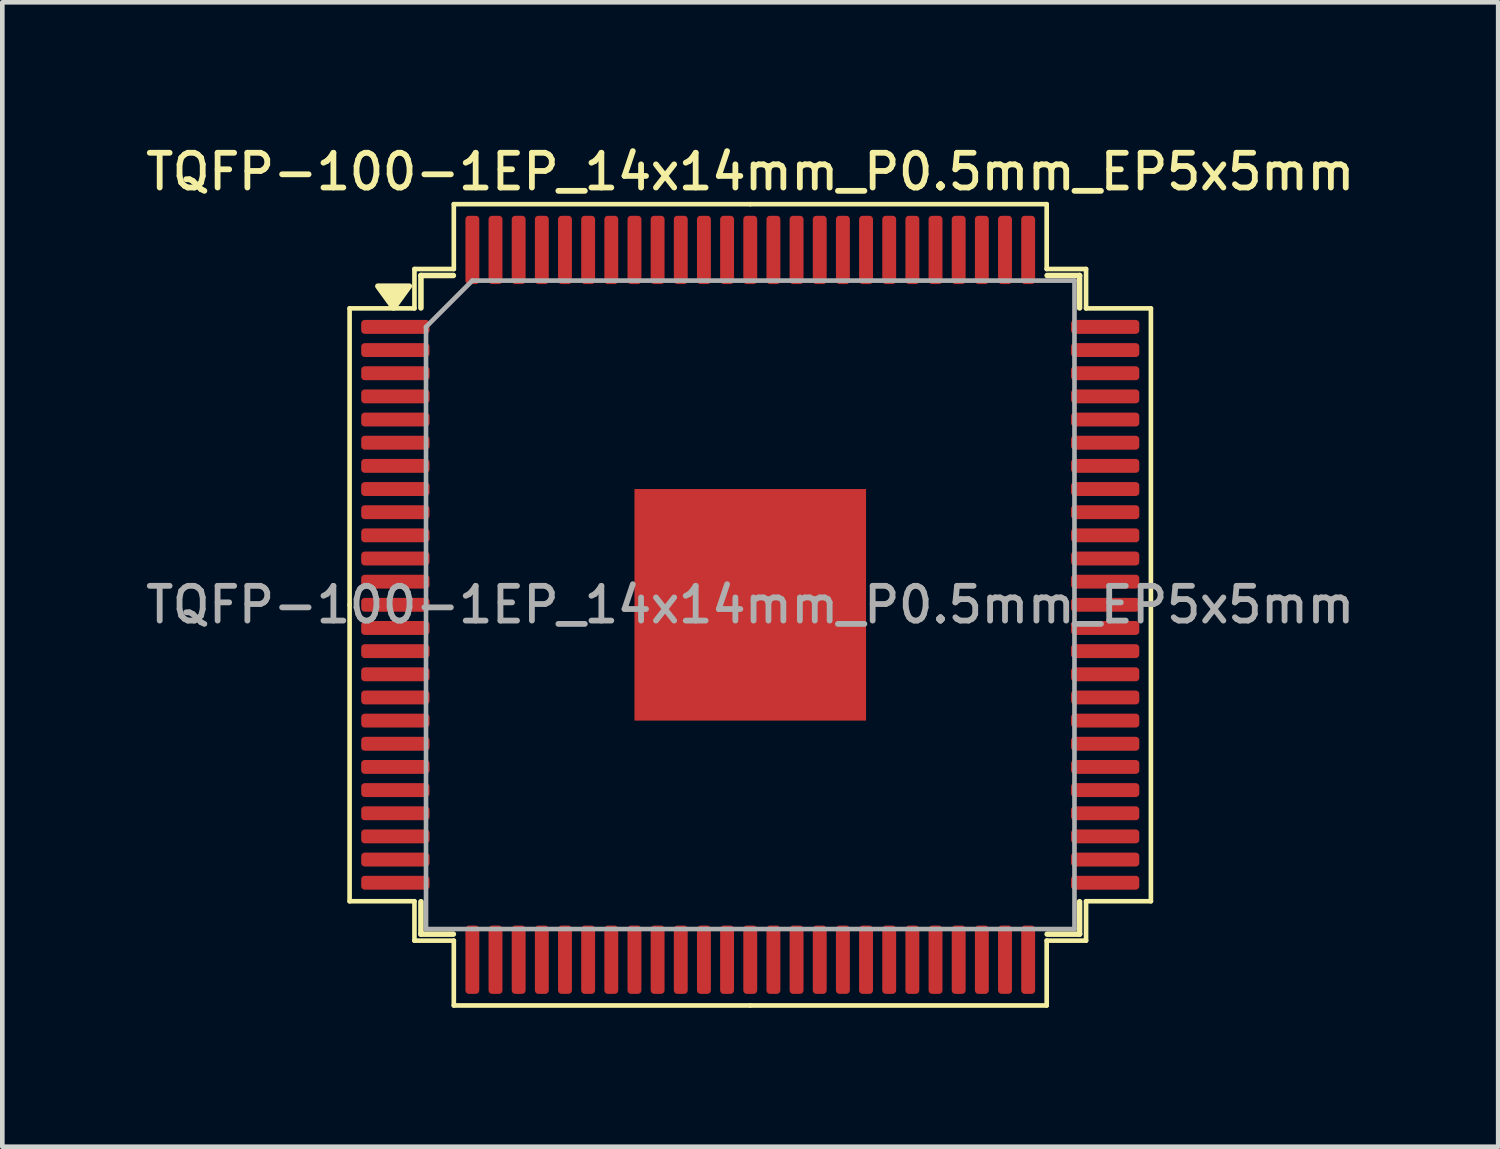
<source format=kicad_pcb>
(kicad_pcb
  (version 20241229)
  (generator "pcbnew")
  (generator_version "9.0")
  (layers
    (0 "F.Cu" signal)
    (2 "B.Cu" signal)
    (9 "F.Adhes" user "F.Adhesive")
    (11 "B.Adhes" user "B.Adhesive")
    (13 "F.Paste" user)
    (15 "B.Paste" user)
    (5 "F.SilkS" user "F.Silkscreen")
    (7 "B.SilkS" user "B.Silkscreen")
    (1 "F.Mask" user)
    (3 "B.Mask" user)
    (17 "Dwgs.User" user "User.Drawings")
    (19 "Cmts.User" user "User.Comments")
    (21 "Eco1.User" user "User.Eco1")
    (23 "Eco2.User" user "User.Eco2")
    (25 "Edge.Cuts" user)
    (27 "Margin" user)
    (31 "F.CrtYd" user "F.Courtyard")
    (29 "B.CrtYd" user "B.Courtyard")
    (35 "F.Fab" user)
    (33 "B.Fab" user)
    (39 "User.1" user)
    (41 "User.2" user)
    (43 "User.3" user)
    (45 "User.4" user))
  (footprint "TQFP-100-1EP_14x14mm_P0.5mm_EP5x5mm"
    (layer "F.Cu")
    (at 13.148 10.008)
    (property "Reference" "TQFP-100-1EP_14x14mm_P0.5mm_EP5x5mm" (at 0 -9.35 0) (layer "F.SilkS") (effects (font (size 0.75 0.75) (thickness 0.125))))
    (attr smd)
    (fp_line (start -8.65 -6.4) (end -8.65 0) (stroke (width 0.1) (type solid)) (layer "F.SilkS"))
    (fp_line (start -8.65 6.4) (end -8.65 0) (stroke (width 0.1) (type solid)) (layer "F.SilkS"))
    (fp_line (start -7.25 -7.25) (end -7.25 -6.4) (stroke (width 0.1) (type solid)) (layer "F.SilkS"))
    (fp_line (start -7.25 -6.4) (end -8.65 -6.4) (stroke (width 0.1) (type solid)) (layer "F.SilkS"))
    (fp_line (start -7.25 6.4) (end -8.65 6.4) (stroke (width 0.1) (type solid)) (layer "F.SilkS"))
    (fp_line (start -7.25 7.25) (end -7.25 6.4) (stroke (width 0.1) (type solid)) (layer "F.SilkS"))
    (fp_line (start -7.11 -7.11) (end -7.11 -6.41) (stroke (width 0.12) (type solid)) (layer "F.SilkS"))
    (fp_line (start -7.11 7.11) (end -7.11 6.41) (stroke (width 0.12) (type solid)) (layer "F.SilkS"))
    (fp_line (start -6.41 -7.11) (end -7.11 -7.11) (stroke (width 0.12) (type solid)) (layer "F.SilkS"))
    (fp_line (start -6.41 7.11) (end -7.11 7.11) (stroke (width 0.12) (type solid)) (layer "F.SilkS"))
    (fp_line (start -6.4 -8.65) (end -6.4 -7.25) (stroke (width 0.1) (type solid)) (layer "F.SilkS"))
    (fp_line (start -6.4 -7.25) (end -7.25 -7.25) (stroke (width 0.1) (type solid)) (layer "F.SilkS"))
    (fp_line (start -6.4 7.25) (end -7.25 7.25) (stroke (width 0.1) (type solid)) (layer "F.SilkS"))
    (fp_line (start -6.4 8.65) (end -6.4 7.25) (stroke (width 0.1) (type solid)) (layer "F.SilkS"))
    (fp_line (start 0 -8.65) (end -6.4 -8.65) (stroke (width 0.1) (type solid)) (layer "F.SilkS"))
    (fp_line (start 0 -8.65) (end 6.4 -8.65) (stroke (width 0.1) (type solid)) (layer "F.SilkS"))
    (fp_line (start 0 8.65) (end -6.4 8.65) (stroke (width 0.1) (type solid)) (layer "F.SilkS"))
    (fp_line (start 0 8.65) (end 6.4 8.65) (stroke (width 0.1) (type solid)) (layer "F.SilkS"))
    (fp_line (start 6.4 -8.65) (end 6.4 -7.25) (stroke (width 0.1) (type solid)) (layer "F.SilkS"))
    (fp_line (start 6.4 -7.25) (end 7.25 -7.25) (stroke (width 0.1) (type solid)) (layer "F.SilkS"))
    (fp_line (start 6.4 7.25) (end 7.25 7.25) (stroke (width 0.1) (type solid)) (layer "F.SilkS"))
    (fp_line (start 6.4 8.65) (end 6.4 7.25) (stroke (width 0.1) (type solid)) (layer "F.SilkS"))
    (fp_line (start 6.41 -7.11) (end 7.11 -7.11) (stroke (width 0.12) (type solid)) (layer "F.SilkS"))
    (fp_line (start 6.41 7.11) (end 7.11 7.11) (stroke (width 0.12) (type solid)) (layer "F.SilkS"))
    (fp_line (start 7.11 -7.11) (end 7.11 -6.41) (stroke (width 0.12) (type solid)) (layer "F.SilkS"))
    (fp_line (start 7.11 7.11) (end 7.11 6.41) (stroke (width 0.12) (type solid)) (layer "F.SilkS"))
    (fp_line (start 7.25 -7.25) (end 7.25 -6.4) (stroke (width 0.1) (type solid)) (layer "F.SilkS"))
    (fp_line (start 7.25 -6.4) (end 8.65 -6.4) (stroke (width 0.1) (type solid)) (layer "F.SilkS"))
    (fp_line (start 7.25 6.4) (end 8.65 6.4) (stroke (width 0.1) (type solid)) (layer "F.SilkS"))
    (fp_line (start 7.25 7.25) (end 7.25 6.4) (stroke (width 0.1) (type solid)) (layer "F.SilkS"))
    (fp_line (start 8.65 -6.4) (end 8.65 0) (stroke (width 0.1) (type solid)) (layer "F.SilkS"))
    (fp_line (start 8.65 6.4) (end 8.65 0) (stroke (width 0.1) (type solid)) (layer "F.SilkS"))
    (fp_poly (pts (xy -7.7 -6.41) (xy -8.04 -6.88) (xy -7.36 -6.88) (xy -7.7 -6.41)) (stroke (width 0.12) (type solid)) (fill yes) (layer "F.SilkS"))
    (fp_line (start -7 -6) (end -6 -7) (stroke (width 0.1) (type solid)) (layer "F.Fab"))
    (fp_line (start -7 7) (end -7 -6) (stroke (width 0.1) (type solid)) (layer "F.Fab"))
    (fp_line (start -6 -7) (end 7 -7) (stroke (width 0.1) (type solid)) (layer "F.Fab"))
    (fp_line (start 7 -7) (end 7 7) (stroke (width 0.1) (type solid)) (layer "F.Fab"))
    (fp_line (start 7 7) (end -7 7) (stroke (width 0.1) (type solid)) (layer "F.Fab"))
    (fp_text user "${REFERENCE}" (at 0 0 0) (layer "F.Fab") (effects (font (size 0.75 0.75) (thickness 0.125))))
    (pad "" smd roundrect (at -1.875 -1.875) (size 1.01 1.01) (layers "F.Paste") (roundrect_rratio 0.248))
    (pad "" smd roundrect (at -1.875 -0.625) (size 1.01 1.01) (layers "F.Paste") (roundrect_rratio 0.248))
    (pad "" smd roundrect (at -1.875 0.625) (size 1.01 1.01) (layers "F.Paste") (roundrect_rratio 0.248))
    (pad "" smd roundrect (at -1.875 1.875) (size 1.01 1.01) (layers "F.Paste") (roundrect_rratio 0.248))
    (pad "" smd roundrect (at -0.625 -1.875) (size 1.01 1.01) (layers "F.Paste") (roundrect_rratio 0.248))
    (pad "" smd roundrect (at -0.625 -0.625) (size 1.01 1.01) (layers "F.Paste") (roundrect_rratio 0.248))
    (pad "" smd roundrect (at -0.625 0.625) (size 1.01 1.01) (layers "F.Paste") (roundrect_rratio 0.248))
    (pad "" smd roundrect (at -0.625 1.875) (size 1.01 1.01) (layers "F.Paste") (roundrect_rratio 0.248))
    (pad "" smd roundrect (at 0.625 -1.875) (size 1.01 1.01) (layers "F.Paste") (roundrect_rratio 0.248))
    (pad "" smd roundrect (at 0.625 -0.625) (size 1.01 1.01) (layers "F.Paste") (roundrect_rratio 0.248))
    (pad "" smd roundrect (at 0.625 0.625) (size 1.01 1.01) (layers "F.Paste") (roundrect_rratio 0.248))
    (pad "" smd roundrect (at 0.625 1.875) (size 1.01 1.01) (layers "F.Paste") (roundrect_rratio 0.248))
    (pad "" smd roundrect (at 1.875 -1.875) (size 1.01 1.01) (layers "F.Paste") (roundrect_rratio 0.248))
    (pad "" smd roundrect (at 1.875 -0.625) (size 1.01 1.01) (layers "F.Paste") (roundrect_rratio 0.248))
    (pad "" smd roundrect (at 1.875 0.625) (size 1.01 1.01) (layers "F.Paste") (roundrect_rratio 0.248))
    (pad "" smd roundrect (at 1.875 1.875) (size 1.01 1.01) (layers "F.Paste") (roundrect_rratio 0.248))
    (pad "1" smd roundrect (at -7.662 -6) (size 1.475 0.3) (layers "F.Cu" "F.Mask" "F.Paste") (roundrect_rratio 0.25))
    (pad "2" smd roundrect (at -7.662 -5.5) (size 1.475 0.3) (layers "F.Cu" "F.Mask" "F.Paste") (roundrect_rratio 0.25))
    (pad "3" smd roundrect (at -7.662 -5) (size 1.475 0.3) (layers "F.Cu" "F.Mask" "F.Paste") (roundrect_rratio 0.25))
    (pad "4" smd roundrect (at -7.662 -4.5) (size 1.475 0.3) (layers "F.Cu" "F.Mask" "F.Paste") (roundrect_rratio 0.25))
    (pad "5" smd roundrect (at -7.662 -4) (size 1.475 0.3) (layers "F.Cu" "F.Mask" "F.Paste") (roundrect_rratio 0.25))
    (pad "6" smd roundrect (at -7.662 -3.5) (size 1.475 0.3) (layers "F.Cu" "F.Mask" "F.Paste") (roundrect_rratio 0.25))
    (pad "7" smd roundrect (at -7.662 -3) (size 1.475 0.3) (layers "F.Cu" "F.Mask" "F.Paste") (roundrect_rratio 0.25))
    (pad "8" smd roundrect (at -7.662 -2.5) (size 1.475 0.3) (layers "F.Cu" "F.Mask" "F.Paste") (roundrect_rratio 0.25))
    (pad "9" smd roundrect (at -7.662 -2) (size 1.475 0.3) (layers "F.Cu" "F.Mask" "F.Paste") (roundrect_rratio 0.25))
    (pad "10" smd roundrect (at -7.662 -1.5) (size 1.475 0.3) (layers "F.Cu" "F.Mask" "F.Paste") (roundrect_rratio 0.25))
    (pad "11" smd roundrect (at -7.662 -1) (size 1.475 0.3) (layers "F.Cu" "F.Mask" "F.Paste") (roundrect_rratio 0.25))
    (pad "12" smd roundrect (at -7.662 -0.5) (size 1.475 0.3) (layers "F.Cu" "F.Mask" "F.Paste") (roundrect_rratio 0.25))
    (pad "13" smd roundrect (at -7.662 0) (size 1.475 0.3) (layers "F.Cu" "F.Mask" "F.Paste") (roundrect_rratio 0.25))
    (pad "14" smd roundrect (at -7.662 0.5) (size 1.475 0.3) (layers "F.Cu" "F.Mask" "F.Paste") (roundrect_rratio 0.25))
    (pad "15" smd roundrect (at -7.662 1) (size 1.475 0.3) (layers "F.Cu" "F.Mask" "F.Paste") (roundrect_rratio 0.25))
    (pad "16" smd roundrect (at -7.662 1.5) (size 1.475 0.3) (layers "F.Cu" "F.Mask" "F.Paste") (roundrect_rratio 0.25))
    (pad "17" smd roundrect (at -7.662 2) (size 1.475 0.3) (layers "F.Cu" "F.Mask" "F.Paste") (roundrect_rratio 0.25))
    (pad "18" smd roundrect (at -7.662 2.5) (size 1.475 0.3) (layers "F.Cu" "F.Mask" "F.Paste") (roundrect_rratio 0.25))
    (pad "19" smd roundrect (at -7.662 3) (size 1.475 0.3) (layers "F.Cu" "F.Mask" "F.Paste") (roundrect_rratio 0.25))
    (pad "20" smd roundrect (at -7.662 3.5) (size 1.475 0.3) (layers "F.Cu" "F.Mask" "F.Paste") (roundrect_rratio 0.25))
    (pad "21" smd roundrect (at -7.662 4) (size 1.475 0.3) (layers "F.Cu" "F.Mask" "F.Paste") (roundrect_rratio 0.25))
    (pad "22" smd roundrect (at -7.662 4.5) (size 1.475 0.3) (layers "F.Cu" "F.Mask" "F.Paste") (roundrect_rratio 0.25))
    (pad "23" smd roundrect (at -7.662 5) (size 1.475 0.3) (layers "F.Cu" "F.Mask" "F.Paste") (roundrect_rratio 0.25))
    (pad "24" smd roundrect (at -7.662 5.5) (size 1.475 0.3) (layers "F.Cu" "F.Mask" "F.Paste") (roundrect_rratio 0.25))
    (pad "25" smd roundrect (at -7.662 6) (size 1.475 0.3) (layers "F.Cu" "F.Mask" "F.Paste") (roundrect_rratio 0.25))
    (pad "26" smd roundrect (at -6 7.662) (size 0.3 1.475) (layers "F.Cu" "F.Mask" "F.Paste") (roundrect_rratio 0.25))
    (pad "27" smd roundrect (at -5.5 7.662) (size 0.3 1.475) (layers "F.Cu" "F.Mask" "F.Paste") (roundrect_rratio 0.25))
    (pad "28" smd roundrect (at -5 7.662) (size 0.3 1.475) (layers "F.Cu" "F.Mask" "F.Paste") (roundrect_rratio 0.25))
    (pad "29" smd roundrect (at -4.5 7.662) (size 0.3 1.475) (layers "F.Cu" "F.Mask" "F.Paste") (roundrect_rratio 0.25))
    (pad "30" smd roundrect (at -4 7.662) (size 0.3 1.475) (layers "F.Cu" "F.Mask" "F.Paste") (roundrect_rratio 0.25))
    (pad "31" smd roundrect (at -3.5 7.662) (size 0.3 1.475) (layers "F.Cu" "F.Mask" "F.Paste") (roundrect_rratio 0.25))
    (pad "32" smd roundrect (at -3 7.662) (size 0.3 1.475) (layers "F.Cu" "F.Mask" "F.Paste") (roundrect_rratio 0.25))
    (pad "33" smd roundrect (at -2.5 7.662) (size 0.3 1.475) (layers "F.Cu" "F.Mask" "F.Paste") (roundrect_rratio 0.25))
    (pad "34" smd roundrect (at -2 7.662) (size 0.3 1.475) (layers "F.Cu" "F.Mask" "F.Paste") (roundrect_rratio 0.25))
    (pad "35" smd roundrect (at -1.5 7.662) (size 0.3 1.475) (layers "F.Cu" "F.Mask" "F.Paste") (roundrect_rratio 0.25))
    (pad "36" smd roundrect (at -1 7.662) (size 0.3 1.475) (layers "F.Cu" "F.Mask" "F.Paste") (roundrect_rratio 0.25))
    (pad "37" smd roundrect (at -0.5 7.662) (size 0.3 1.475) (layers "F.Cu" "F.Mask" "F.Paste") (roundrect_rratio 0.25))
    (pad "38" smd roundrect (at 0 7.662) (size 0.3 1.475) (layers "F.Cu" "F.Mask" "F.Paste") (roundrect_rratio 0.25))
    (pad "39" smd roundrect (at 0.5 7.662) (size 0.3 1.475) (layers "F.Cu" "F.Mask" "F.Paste") (roundrect_rratio 0.25))
    (pad "40" smd roundrect (at 1 7.662) (size 0.3 1.475) (layers "F.Cu" "F.Mask" "F.Paste") (roundrect_rratio 0.25))
    (pad "41" smd roundrect (at 1.5 7.662) (size 0.3 1.475) (layers "F.Cu" "F.Mask" "F.Paste") (roundrect_rratio 0.25))
    (pad "42" smd roundrect (at 2 7.662) (size 0.3 1.475) (layers "F.Cu" "F.Mask" "F.Paste") (roundrect_rratio 0.25))
    (pad "43" smd roundrect (at 2.5 7.662) (size 0.3 1.475) (layers "F.Cu" "F.Mask" "F.Paste") (roundrect_rratio 0.25))
    (pad "44" smd roundrect (at 3 7.662) (size 0.3 1.475) (layers "F.Cu" "F.Mask" "F.Paste") (roundrect_rratio 0.25))
    (pad "45" smd roundrect (at 3.5 7.662) (size 0.3 1.475) (layers "F.Cu" "F.Mask" "F.Paste") (roundrect_rratio 0.25))
    (pad "46" smd roundrect (at 4 7.662) (size 0.3 1.475) (layers "F.Cu" "F.Mask" "F.Paste") (roundrect_rratio 0.25))
    (pad "47" smd roundrect (at 4.5 7.662) (size 0.3 1.475) (layers "F.Cu" "F.Mask" "F.Paste") (roundrect_rratio 0.25))
    (pad "48" smd roundrect (at 5 7.662) (size 0.3 1.475) (layers "F.Cu" "F.Mask" "F.Paste") (roundrect_rratio 0.25))
    (pad "49" smd roundrect (at 5.5 7.662) (size 0.3 1.475) (layers "F.Cu" "F.Mask" "F.Paste") (roundrect_rratio 0.25))
    (pad "50" smd roundrect (at 6 7.662) (size 0.3 1.475) (layers "F.Cu" "F.Mask" "F.Paste") (roundrect_rratio 0.25))
    (pad "51" smd roundrect (at 7.662 6) (size 1.475 0.3) (layers "F.Cu" "F.Mask" "F.Paste") (roundrect_rratio 0.25))
    (pad "52" smd roundrect (at 7.662 5.5) (size 1.475 0.3) (layers "F.Cu" "F.Mask" "F.Paste") (roundrect_rratio 0.25))
    (pad "53" smd roundrect (at 7.662 5) (size 1.475 0.3) (layers "F.Cu" "F.Mask" "F.Paste") (roundrect_rratio 0.25))
    (pad "54" smd roundrect (at 7.662 4.5) (size 1.475 0.3) (layers "F.Cu" "F.Mask" "F.Paste") (roundrect_rratio 0.25))
    (pad "55" smd roundrect (at 7.662 4) (size 1.475 0.3) (layers "F.Cu" "F.Mask" "F.Paste") (roundrect_rratio 0.25))
    (pad "56" smd roundrect (at 7.662 3.5) (size 1.475 0.3) (layers "F.Cu" "F.Mask" "F.Paste") (roundrect_rratio 0.25))
    (pad "57" smd roundrect (at 7.662 3) (size 1.475 0.3) (layers "F.Cu" "F.Mask" "F.Paste") (roundrect_rratio 0.25))
    (pad "58" smd roundrect (at 7.662 2.5) (size 1.475 0.3) (layers "F.Cu" "F.Mask" "F.Paste") (roundrect_rratio 0.25))
    (pad "59" smd roundrect (at 7.662 2) (size 1.475 0.3) (layers "F.Cu" "F.Mask" "F.Paste") (roundrect_rratio 0.25))
    (pad "60" smd roundrect (at 7.662 1.5) (size 1.475 0.3) (layers "F.Cu" "F.Mask" "F.Paste") (roundrect_rratio 0.25))
    (pad "61" smd roundrect (at 7.662 1) (size 1.475 0.3) (layers "F.Cu" "F.Mask" "F.Paste") (roundrect_rratio 0.25))
    (pad "62" smd roundrect (at 7.662 0.5) (size 1.475 0.3) (layers "F.Cu" "F.Mask" "F.Paste") (roundrect_rratio 0.25))
    (pad "63" smd roundrect (at 7.662 0) (size 1.475 0.3) (layers "F.Cu" "F.Mask" "F.Paste") (roundrect_rratio 0.25))
    (pad "64" smd roundrect (at 7.662 -0.5) (size 1.475 0.3) (layers "F.Cu" "F.Mask" "F.Paste") (roundrect_rratio 0.25))
    (pad "65" smd roundrect (at 7.662 -1) (size 1.475 0.3) (layers "F.Cu" "F.Mask" "F.Paste") (roundrect_rratio 0.25))
    (pad "66" smd roundrect (at 7.662 -1.5) (size 1.475 0.3) (layers "F.Cu" "F.Mask" "F.Paste") (roundrect_rratio 0.25))
    (pad "67" smd roundrect (at 7.662 -2) (size 1.475 0.3) (layers "F.Cu" "F.Mask" "F.Paste") (roundrect_rratio 0.25))
    (pad "68" smd roundrect (at 7.662 -2.5) (size 1.475 0.3) (layers "F.Cu" "F.Mask" "F.Paste") (roundrect_rratio 0.25))
    (pad "69" smd roundrect (at 7.662 -3) (size 1.475 0.3) (layers "F.Cu" "F.Mask" "F.Paste") (roundrect_rratio 0.25))
    (pad "70" smd roundrect (at 7.662 -3.5) (size 1.475 0.3) (layers "F.Cu" "F.Mask" "F.Paste") (roundrect_rratio 0.25))
    (pad "71" smd roundrect (at 7.662 -4) (size 1.475 0.3) (layers "F.Cu" "F.Mask" "F.Paste") (roundrect_rratio 0.25))
    (pad "72" smd roundrect (at 7.662 -4.5) (size 1.475 0.3) (layers "F.Cu" "F.Mask" "F.Paste") (roundrect_rratio 0.25))
    (pad "73" smd roundrect (at 7.662 -5) (size 1.475 0.3) (layers "F.Cu" "F.Mask" "F.Paste") (roundrect_rratio 0.25))
    (pad "74" smd roundrect (at 7.662 -5.5) (size 1.475 0.3) (layers "F.Cu" "F.Mask" "F.Paste") (roundrect_rratio 0.25))
    (pad "75" smd roundrect (at 7.662 -6) (size 1.475 0.3) (layers "F.Cu" "F.Mask" "F.Paste") (roundrect_rratio 0.25))
    (pad "76" smd roundrect (at 6 -7.662) (size 0.3 1.475) (layers "F.Cu" "F.Mask" "F.Paste") (roundrect_rratio 0.25))
    (pad "77" smd roundrect (at 5.5 -7.662) (size 0.3 1.475) (layers "F.Cu" "F.Mask" "F.Paste") (roundrect_rratio 0.25))
    (pad "78" smd roundrect (at 5 -7.662) (size 0.3 1.475) (layers "F.Cu" "F.Mask" "F.Paste") (roundrect_rratio 0.25))
    (pad "79" smd roundrect (at 4.5 -7.662) (size 0.3 1.475) (layers "F.Cu" "F.Mask" "F.Paste") (roundrect_rratio 0.25))
    (pad "80" smd roundrect (at 4 -7.662) (size 0.3 1.475) (layers "F.Cu" "F.Mask" "F.Paste") (roundrect_rratio 0.25))
    (pad "81" smd roundrect (at 3.5 -7.662) (size 0.3 1.475) (layers "F.Cu" "F.Mask" "F.Paste") (roundrect_rratio 0.25))
    (pad "82" smd roundrect (at 3 -7.662) (size 0.3 1.475) (layers "F.Cu" "F.Mask" "F.Paste") (roundrect_rratio 0.25))
    (pad "83" smd roundrect (at 2.5 -7.662) (size 0.3 1.475) (layers "F.Cu" "F.Mask" "F.Paste") (roundrect_rratio 0.25))
    (pad "84" smd roundrect (at 2 -7.662) (size 0.3 1.475) (layers "F.Cu" "F.Mask" "F.Paste") (roundrect_rratio 0.25))
    (pad "85" smd roundrect (at 1.5 -7.662) (size 0.3 1.475) (layers "F.Cu" "F.Mask" "F.Paste") (roundrect_rratio 0.25))
    (pad "86" smd roundrect (at 1 -7.662) (size 0.3 1.475) (layers "F.Cu" "F.Mask" "F.Paste") (roundrect_rratio 0.25))
    (pad "87" smd roundrect (at 0.5 -7.662) (size 0.3 1.475) (layers "F.Cu" "F.Mask" "F.Paste") (roundrect_rratio 0.25))
    (pad "88" smd roundrect (at 0 -7.662) (size 0.3 1.475) (layers "F.Cu" "F.Mask" "F.Paste") (roundrect_rratio 0.25))
    (pad "89" smd roundrect (at -0.5 -7.662) (size 0.3 1.475) (layers "F.Cu" "F.Mask" "F.Paste") (roundrect_rratio 0.25))
    (pad "90" smd roundrect (at -1 -7.662) (size 0.3 1.475) (layers "F.Cu" "F.Mask" "F.Paste") (roundrect_rratio 0.25))
    (pad "91" smd roundrect (at -1.5 -7.662) (size 0.3 1.475) (layers "F.Cu" "F.Mask" "F.Paste") (roundrect_rratio 0.25))
    (pad "92" smd roundrect (at -2 -7.662) (size 0.3 1.475) (layers "F.Cu" "F.Mask" "F.Paste") (roundrect_rratio 0.25))
    (pad "93" smd roundrect (at -2.5 -7.662) (size 0.3 1.475) (layers "F.Cu" "F.Mask" "F.Paste") (roundrect_rratio 0.25))
    (pad "94" smd roundrect (at -3 -7.662) (size 0.3 1.475) (layers "F.Cu" "F.Mask" "F.Paste") (roundrect_rratio 0.25))
    (pad "95" smd roundrect (at -3.5 -7.662) (size 0.3 1.475) (layers "F.Cu" "F.Mask" "F.Paste") (roundrect_rratio 0.25))
    (pad "96" smd roundrect (at -4 -7.662) (size 0.3 1.475) (layers "F.Cu" "F.Mask" "F.Paste") (roundrect_rratio 0.25))
    (pad "97" smd roundrect (at -4.5 -7.662) (size 0.3 1.475) (layers "F.Cu" "F.Mask" "F.Paste") (roundrect_rratio 0.25))
    (pad "98" smd roundrect (at -5 -7.662) (size 0.3 1.475) (layers "F.Cu" "F.Mask" "F.Paste") (roundrect_rratio 0.25))
    (pad "99" smd roundrect (at -5.5 -7.662) (size 0.3 1.475) (layers "F.Cu" "F.Mask" "F.Paste") (roundrect_rratio 0.25))
    (pad "100" smd roundrect (at -6 -7.662) (size 0.3 1.475) (layers "F.Cu" "F.Mask" "F.Paste") (roundrect_rratio 0.25))
    (pad "101" smd rect (at 0 0) (size 5 5) (property pad_prop_heatsink) (layers "F.Cu" "F.Mask")))
  (gr_rect
    (start -3 -3)
    (end 29.296 21.708)
    (stroke (width 0.1) (type default))
    (fill no)
    (layer "Edge.Cuts")))
</source>
